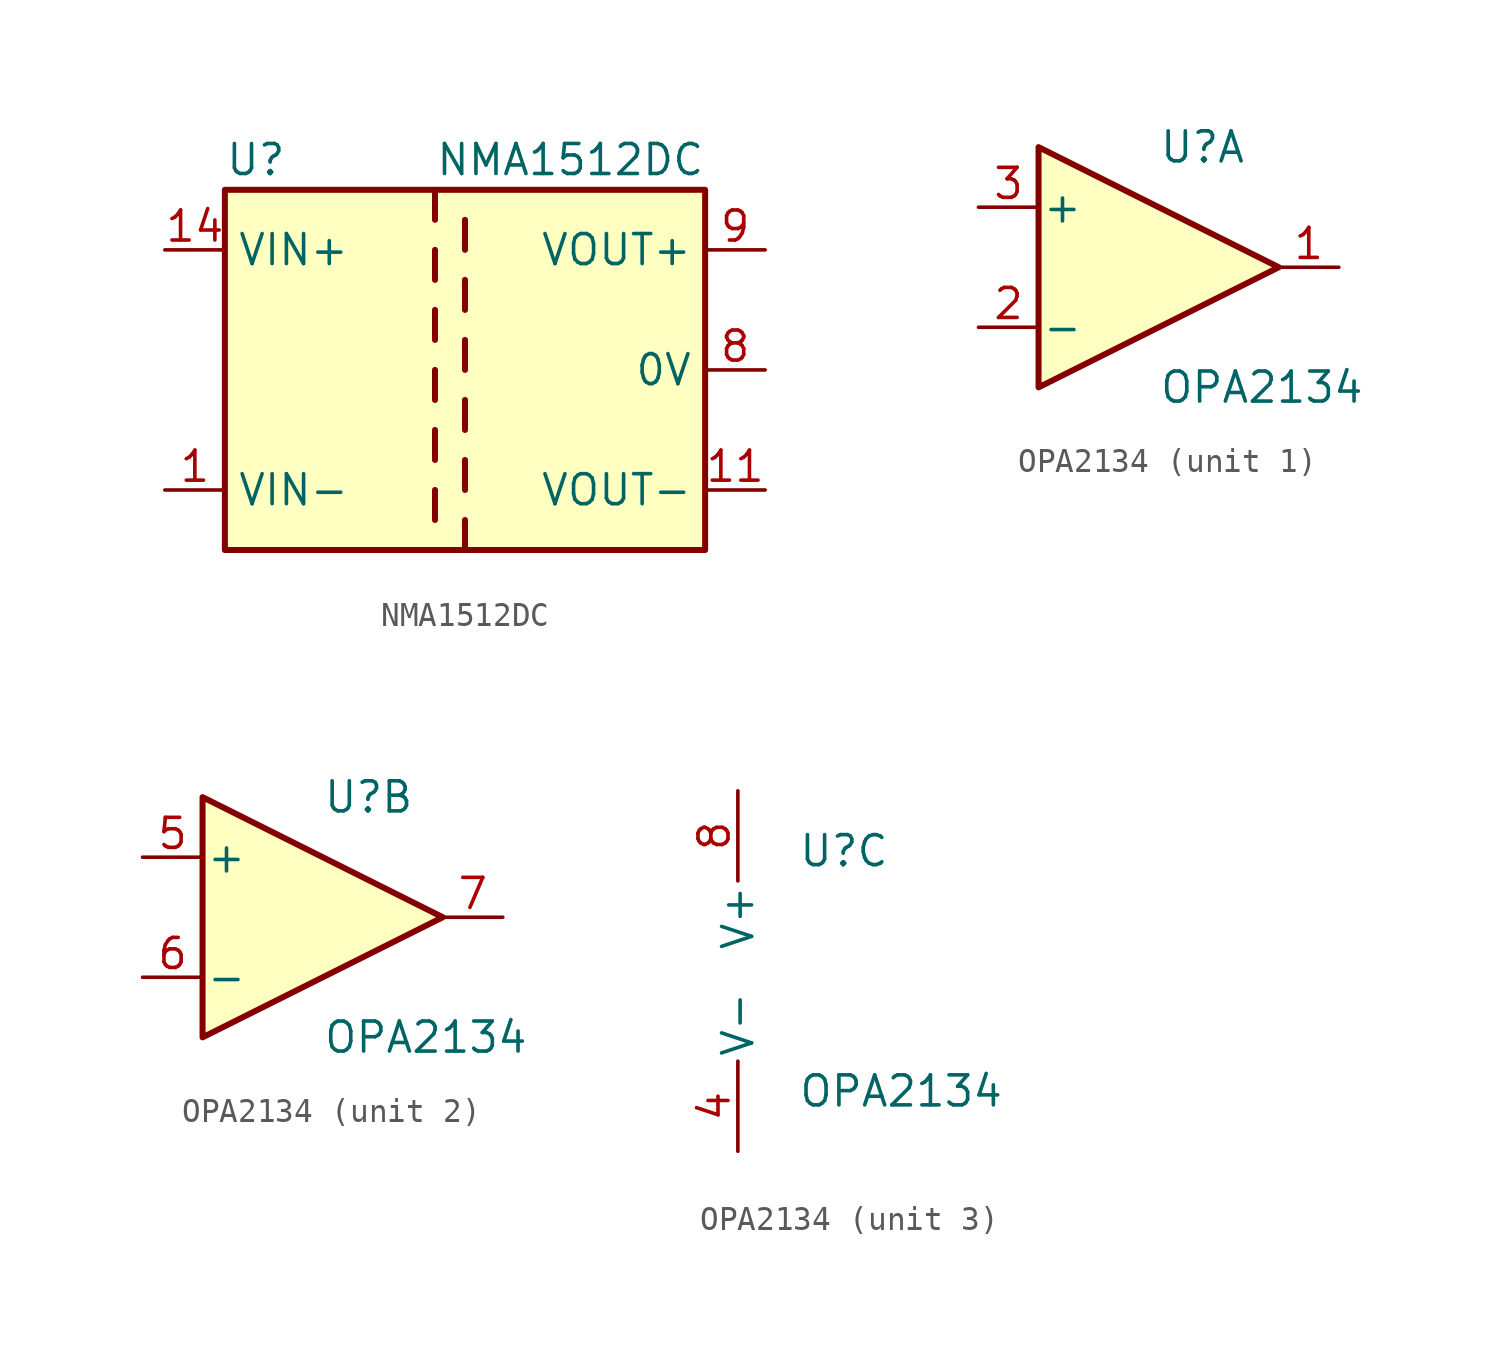
<source format=kicad_sym>
(kicad_symbol_lib
  (version 20230620)
  (generator kicad_symbol_editor)
  (symbol "NMA1512DC"
    (property "Reference" "U"
      (at -10.16 8.89 0)
      (effects (font (size 1.27 1.27)) (justify left)))
    (property "Value" "NMA1512DC"
      (at -1.27 8.89 0)
      (effects (font (size 1.27 1.27)) (justify left)))
    (symbol "NMA1512DC_0_1"
      (rectangle (start -10.16 7.62) (end 10.16 -7.62) (stroke (width 0.254) (type default)) (fill (type background)))
      (polyline (pts (xy -1.27 -5.08) (xy -1.27 -6.35)) (stroke (width 0.254) (type default)) (fill (type none)))
      (polyline (pts (xy -1.27 -2.54) (xy -1.27 -3.81)) (stroke (width 0.254) (type default)) (fill (type none)))
      (polyline (pts (xy -1.27 0) (xy -1.27 -1.27)) (stroke (width 0.254) (type default)) (fill (type none)))
      (polyline (pts (xy -1.27 2.54) (xy -1.27 1.27)) (stroke (width 0.254) (type default)) (fill (type none)))
      (polyline (pts (xy -1.27 5.08) (xy -1.27 3.81)) (stroke (width 0.254) (type default)) (fill (type none)))
      (polyline (pts (xy -1.27 7.62) (xy -1.27 6.35)) (stroke (width 0.254) (type default)) (fill (type none)))
      (polyline (pts (xy 0 -7.62) (xy 0 -6.35)) (stroke (width 0.254) (type default)) (fill (type none)))
      (polyline (pts (xy 0 -5.08) (xy 0 -3.81)) (stroke (width 0.254) (type default)) (fill (type none)))
      (polyline (pts (xy 0 -1.27) (xy 0 -2.54)) (stroke (width 0.254) (type default)) (fill (type none)))
      (polyline (pts (xy 0 0) (xy 0 1.27)) (stroke (width 0.254) (type default)) (fill (type none)))
      (polyline (pts (xy 0 2.54) (xy 0 3.81)) (stroke (width 0.254) (type default)) (fill (type none)))
      (polyline (pts (xy 0 5.08) (xy 0 6.35)) (stroke (width 0.254) (type default)) (fill (type none))))
    (symbol "NMA1512DC_1_1"
      (pin power_in line (at -12.7 -5.08 0) (length 2.54) (name "VIN-" (effects (font (size 1.27 1.27)))) (number "1" (effects (font (size 1.27 1.27)))))
      (pin power_out line (at 12.7 -5.08 180) (length 2.54) (name "VOUT-" (effects (font (size 1.27 1.27)))) (number "11" (effects (font (size 1.27 1.27)))))
      (pin power_in line (at -12.7 5.08 0) (length 2.54) (name "VIN+" (effects (font (size 1.27 1.27)))) (number "14" (effects (font (size 1.27 1.27)))))
      (pin no_connect line (at -10.16 0 0) (length 2.54) hide (name "NC" (effects (font (size 1.27 1.27)))) (number "7" (effects (font (size 1.27 1.27)))))
      (pin power_out line (at 12.7 0 180) (length 2.54) (name "0V" (effects (font (size 1.27 1.27)))) (number "8" (effects (font (size 1.27 1.27)))))
      (pin power_out line (at 12.7 5.08 180) (length 2.54) (name "VOUT+" (effects (font (size 1.27 1.27)))) (number "9" (effects (font (size 1.27 1.27)))))))
  (symbol "OPA2134"
    (pin_names
      (offset 0.127))
    (property "Reference" "U"
      (at 0 5.08 0)
      (effects (font (size 1.27 1.27)) (justify left)))
    (property "Value" "OPA2134"
      (at 0 -5.08 0)
      (effects (font (size 1.27 1.27)) (justify left)))
    (property "ki_locked" ""
      (at 0 0 0)
      (effects (font (size 1.27 1.27))))
    (symbol "OPA2134_1_1"
      (polyline (pts (xy -5.08 5.08) (xy 5.08 0) (xy -5.08 -5.08) (xy -5.08 5.08)) (stroke (width 0.254) (type default)) (fill (type background)))
      (pin output line (at 7.62 0 180) (length 2.54) (name "~" (effects (font (size 1.27 1.27)))) (number "1" (effects (font (size 1.27 1.27)))))
      (pin input line (at -7.62 -2.54 0) (length 2.54) (name "-" (effects (font (size 1.27 1.27)))) (number "2" (effects (font (size 1.27 1.27)))))
      (pin input line (at -7.62 2.54 0) (length 2.54) (name "+" (effects (font (size 1.27 1.27)))) (number "3" (effects (font (size 1.27 1.27))))))
    (symbol "OPA2134_2_1"
      (polyline (pts (xy -5.08 5.08) (xy 5.08 0) (xy -5.08 -5.08) (xy -5.08 5.08)) (stroke (width 0.254) (type default)) (fill (type background)))
      (pin input line (at -7.62 2.54 0) (length 2.54) (name "+" (effects (font (size 1.27 1.27)))) (number "5" (effects (font (size 1.27 1.27)))))
      (pin input line (at -7.62 -2.54 0) (length 2.54) (name "-" (effects (font (size 1.27 1.27)))) (number "6" (effects (font (size 1.27 1.27)))))
      (pin output line (at 7.62 0 180) (length 2.54) (name "~" (effects (font (size 1.27 1.27)))) (number "7" (effects (font (size 1.27 1.27))))))
    (symbol "OPA2134_3_1"
      (pin power_in line (at -2.54 -7.62 90) (length 3.81) (name "V-" (effects (font (size 1.27 1.27)))) (number "4" (effects (font (size 1.27 1.27)))))
      (pin power_in line (at -2.54 7.62 270) (length 3.81) (name "V+" (effects (font (size 1.27 1.27)))) (number "8" (effects (font (size 1.27 1.27))))))))
</source>
